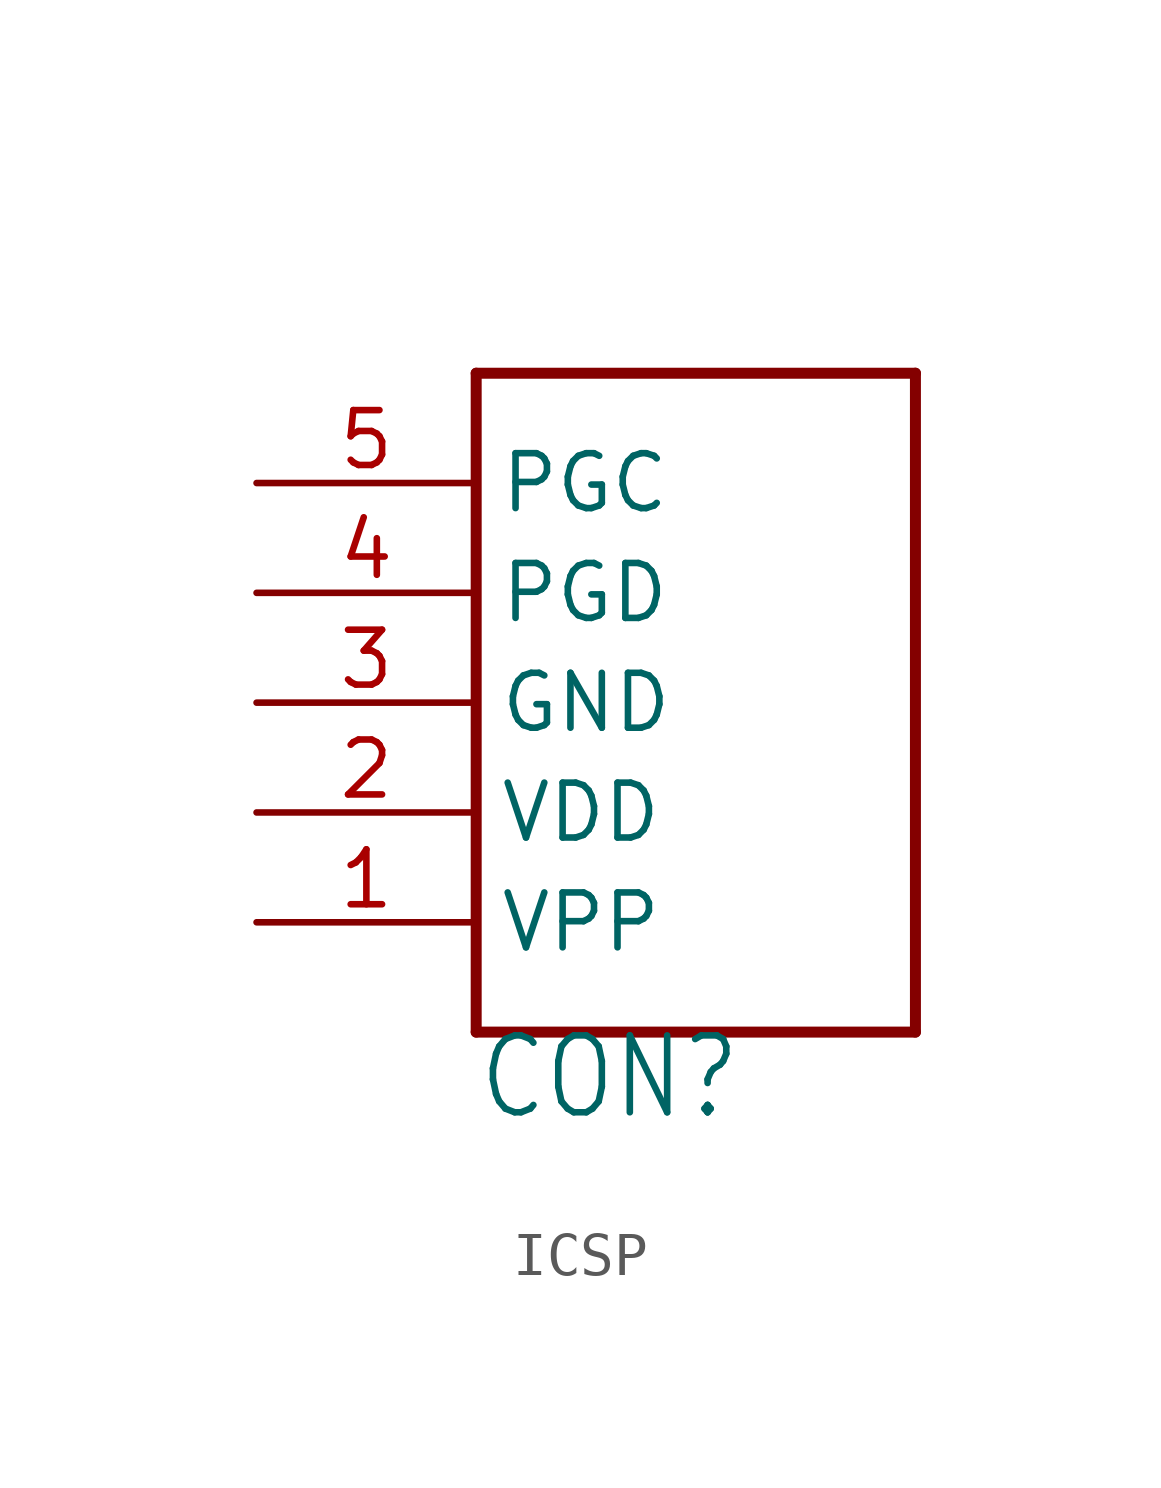
<source format=kicad_sym>
(kicad_symbol_lib
  (version 20220914)
  (generator kicad_symbol_editor)
  (symbol "ICSP"
    (property "Reference" "CON"
      (at -5.08 -7.62 0)
      (effects (font (size 1.778 1.511)) (justify left top)))
    (property "Value" ""
      (at -5.08 10.16 0)
      (effects (font (size 1.778 1.511)) (justify left top)))
    (property "ki_locked" ""
      (at 0 0 0)
      (effects (font (size 1.27 1.27))))
    (symbol "ICSP_1_0"
      (polyline (pts (xy -5.08 -7.62) (xy -5.08 7.62)) (stroke (width 0.254) (type solid)) (fill (type none)))
      (polyline (pts (xy -5.08 7.62) (xy 5.08 7.62)) (stroke (width 0.254) (type solid)) (fill (type none)))
      (polyline (pts (xy 5.08 -7.62) (xy -5.08 -7.62)) (stroke (width 0.254) (type solid)) (fill (type none)))
      (polyline (pts (xy 5.08 7.62) (xy 5.08 -7.62)) (stroke (width 0.254) (type solid)) (fill (type none)))
      (pin bidirectional line (at -10.16 -5.08 0) (length 5.08) (name "VPP" (effects (font (size 1.27 1.27)))) (number "1" (effects (font (size 1.27 1.27)))))
      (pin bidirectional line (at -10.16 -2.54 0) (length 5.08) (name "VDD" (effects (font (size 1.27 1.27)))) (number "2" (effects (font (size 1.27 1.27)))))
      (pin bidirectional line (at -10.16 0 0) (length 5.08) (name "GND" (effects (font (size 1.27 1.27)))) (number "3" (effects (font (size 1.27 1.27)))))
      (pin bidirectional line (at -10.16 2.54 0) (length 5.08) (name "PGD" (effects (font (size 1.27 1.27)))) (number "4" (effects (font (size 1.27 1.27)))))
      (pin bidirectional line (at -10.16 5.08 0) (length 5.08) (name "PGC" (effects (font (size 1.27 1.27)))) (number "5" (effects (font (size 1.27 1.27))))))))
</source>
